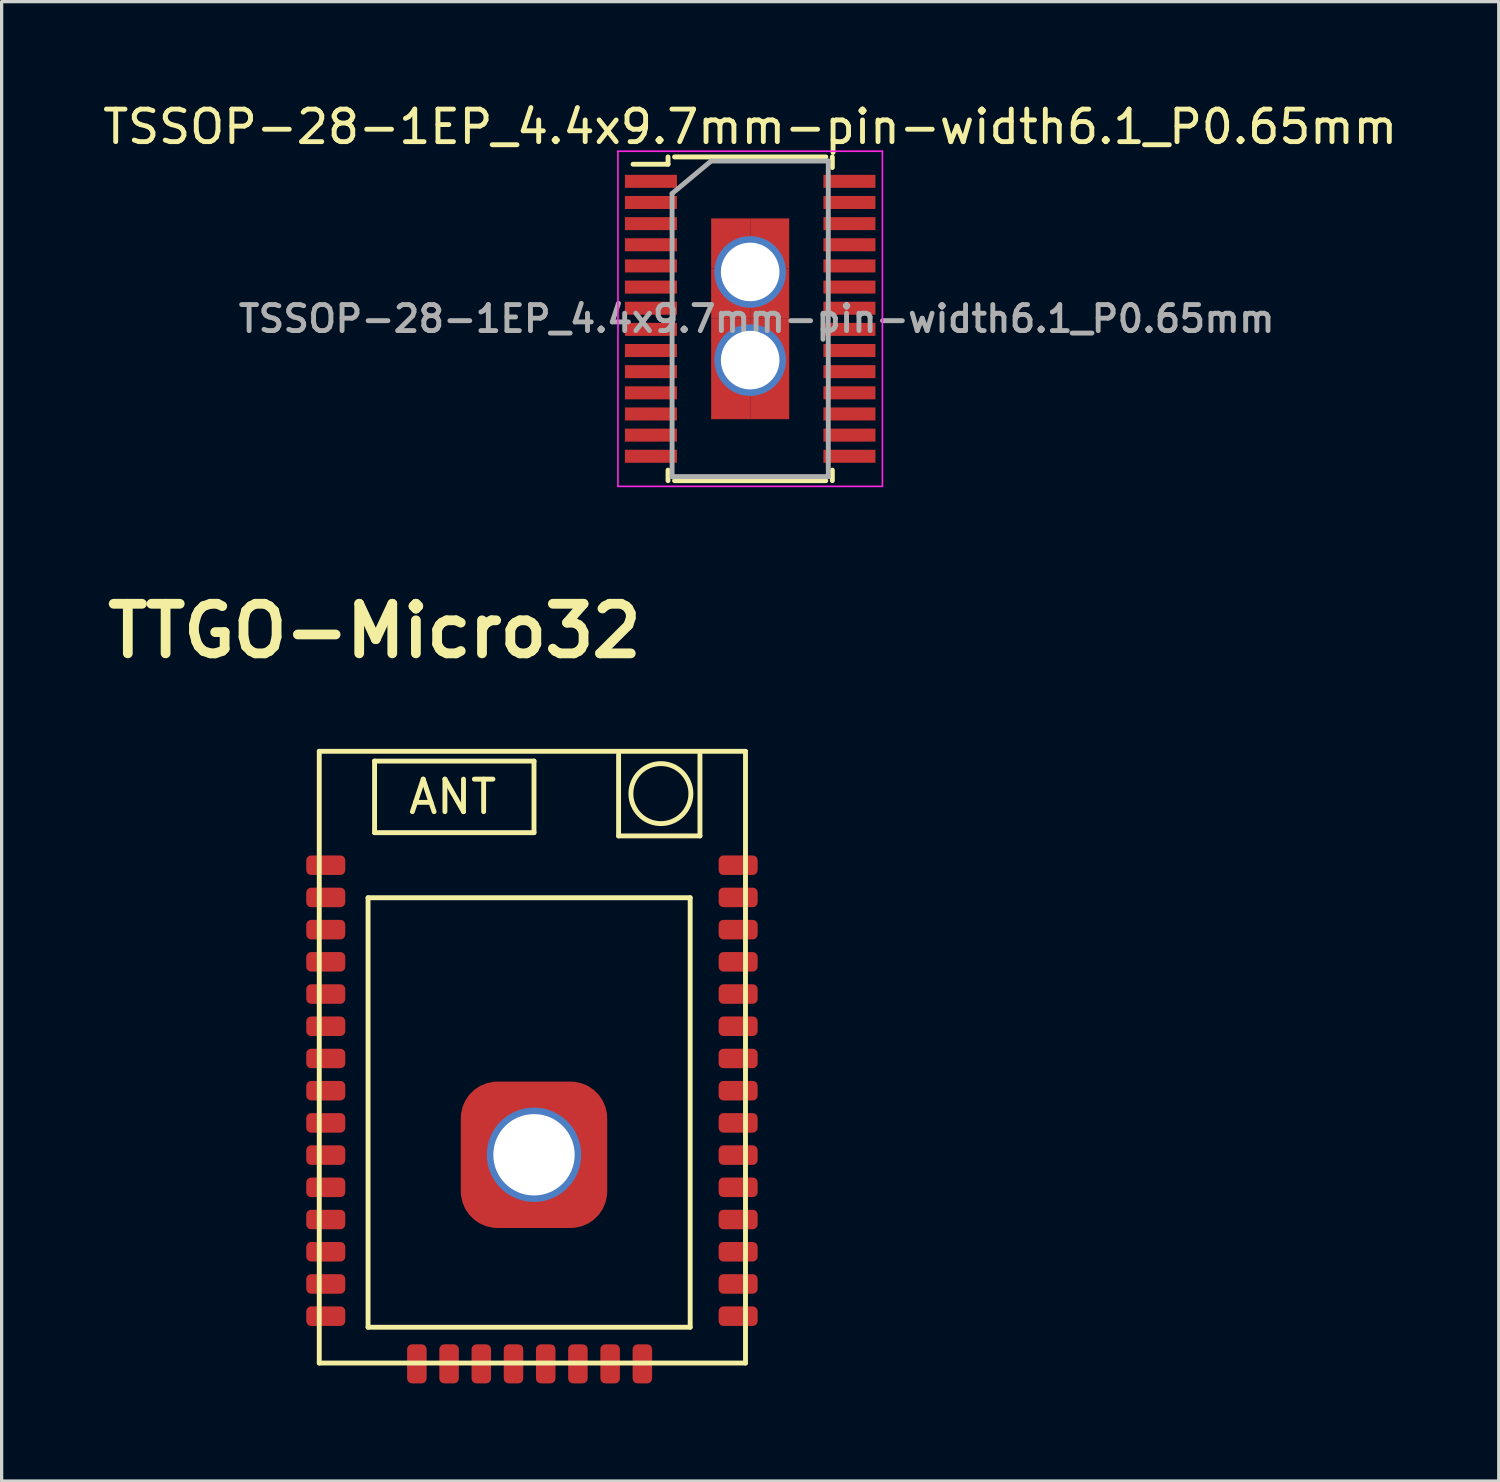
<source format=kicad_pcb>
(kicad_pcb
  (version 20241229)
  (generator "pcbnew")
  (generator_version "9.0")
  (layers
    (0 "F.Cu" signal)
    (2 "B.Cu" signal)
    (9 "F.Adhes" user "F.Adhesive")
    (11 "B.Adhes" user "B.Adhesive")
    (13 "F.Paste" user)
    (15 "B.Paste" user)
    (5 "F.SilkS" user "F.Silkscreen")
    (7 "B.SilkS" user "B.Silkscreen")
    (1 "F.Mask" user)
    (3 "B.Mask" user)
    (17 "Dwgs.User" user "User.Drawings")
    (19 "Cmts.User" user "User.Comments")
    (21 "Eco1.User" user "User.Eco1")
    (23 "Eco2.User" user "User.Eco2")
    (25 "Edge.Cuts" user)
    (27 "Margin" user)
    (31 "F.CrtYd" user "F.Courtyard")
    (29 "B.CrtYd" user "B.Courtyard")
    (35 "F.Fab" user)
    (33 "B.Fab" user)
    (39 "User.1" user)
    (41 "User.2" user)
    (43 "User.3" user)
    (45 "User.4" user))
  (footprint "TSSOP-28-1EP_4.4x9.7mm-pin-width6.1_P0.65mm"
    (layer "F.Cu")
    (at 20.006 6.748)
    (property "Reference" "TSSOP-28-1EP_4.4x9.7mm-pin-width6.1_P0.65mm" (at 0 -5.9 0) (layer "F.SilkS") (effects (font (size 1 1) (thickness 0.15))))
    (attr smd)
    (fp_line (start -2.525 -4.975) (end -2.525 -4.75) (stroke (width 0.15) (type solid)) (layer "F.SilkS"))
    (fp_line (start -2.525 -4.75) (end -3.6 -4.75) (stroke (width 0.15) (type solid)) (layer "F.SilkS"))
    (fp_line (start -2.525 4.975) (end -2.525 4.65) (stroke (width 0.15) (type solid)) (layer "F.SilkS"))
    (fp_line (start -2.325 -4.975) (end 2.325 -4.975) (stroke (width 0.15) (type solid)) (layer "F.SilkS"))
    (fp_line (start -2.325 4.975) (end 2.325 4.975) (stroke (width 0.15) (type solid)) (layer "F.SilkS"))
    (fp_line (start 2.525 -4.975) (end 2.525 -4.65) (stroke (width 0.15) (type solid)) (layer "F.SilkS"))
    (fp_line (start 2.525 4.975) (end 2.525 4.65) (stroke (width 0.15) (type solid)) (layer "F.SilkS"))
    (fp_line (start -4.064 -5.15) (end -4.064 5.15) (stroke (width 0.05) (type solid)) (layer "F.CrtYd"))
    (fp_line (start -4.064 -5.15) (end 4.064 -5.15) (stroke (width 0.05) (type solid)) (layer "F.CrtYd"))
    (fp_line (start -4.064 5.15) (end 4.064 5.15) (stroke (width 0.05) (type solid)) (layer "F.CrtYd"))
    (fp_line (start 4.064 -5.15) (end 4.064 5.15) (stroke (width 0.05) (type solid)) (layer "F.CrtYd"))
    (fp_line (start -2.4 -3.85) (end -1.2 -4.85) (stroke (width 0.15) (type solid)) (layer "F.Fab"))
    (fp_line (start -2.4 4.85) (end -2.4 -3.85) (stroke (width 0.15) (type solid)) (layer "F.Fab"))
    (fp_line (start -1.2 -4.85) (end 2.4 -4.85) (stroke (width 0.15) (type solid)) (layer "F.Fab"))
    (fp_line (start 2.4 -4.85) (end 2.4 4.85) (stroke (width 0.15) (type solid)) (layer "F.Fab"))
    (fp_line (start 2.4 4.85) (end -2.4 4.85) (stroke (width 0.15) (type solid)) (layer "F.Fab"))
    (fp_text user "${REFERENCE}" (at 0.2 0 0) (layer "F.Fab") (effects (font (size 0.8 0.8) (thickness 0.15))))
    (pad "1" smd rect (at -3.05 -4.225) (size 1.6 0.4) (layers "F.Cu" "F.Mask" "F.Paste"))
    (pad "2" smd rect (at -3.05 -3.575) (size 1.6 0.4) (layers "F.Cu" "F.Mask" "F.Paste"))
    (pad "3" smd rect (at -3.05 -2.925) (size 1.6 0.4) (layers "F.Cu" "F.Mask" "F.Paste"))
    (pad "4" smd rect (at -3.05 -2.275) (size 1.6 0.4) (layers "F.Cu" "F.Mask" "F.Paste"))
    (pad "5" smd rect (at -3.05 -1.625) (size 1.6 0.4) (layers "F.Cu" "F.Mask" "F.Paste"))
    (pad "6" smd rect (at -3.05 -0.975) (size 1.6 0.4) (layers "F.Cu" "F.Mask" "F.Paste"))
    (pad "7" smd rect (at -3.05 -0.325) (size 1.6 0.4) (layers "F.Cu" "F.Mask" "F.Paste"))
    (pad "8" smd rect (at -3.05 0.325) (size 1.6 0.4) (layers "F.Cu" "F.Mask" "F.Paste"))
    (pad "9" smd rect (at -3.05 0.975) (size 1.6 0.4) (layers "F.Cu" "F.Mask" "F.Paste"))
    (pad "10" smd rect (at -3.05 1.625) (size 1.6 0.4) (layers "F.Cu" "F.Mask" "F.Paste"))
    (pad "11" smd rect (at -3.05 2.275) (size 1.6 0.4) (layers "F.Cu" "F.Mask" "F.Paste"))
    (pad "12" smd rect (at -3.05 2.925) (size 1.6 0.4) (layers "F.Cu" "F.Mask" "F.Paste"))
    (pad "13" smd rect (at -3.05 3.575) (size 1.6 0.4) (layers "F.Cu" "F.Mask" "F.Paste"))
    (pad "14" smd rect (at -3.05 4.225) (size 1.6 0.4) (layers "F.Cu" "F.Mask" "F.Paste"))
    (pad "15" smd rect (at 3.05 4.225) (size 1.6 0.4) (layers "F.Cu" "F.Mask" "F.Paste"))
    (pad "16" smd rect (at 3.05 3.575) (size 1.6 0.4) (layers "F.Cu" "F.Mask" "F.Paste"))
    (pad "17" smd rect (at 3.05 2.925) (size 1.6 0.4) (layers "F.Cu" "F.Mask" "F.Paste"))
    (pad "18" smd rect (at 3.05 2.275) (size 1.6 0.4) (layers "F.Cu" "F.Mask" "F.Paste"))
    (pad "19" smd rect (at 3.05 1.625) (size 1.6 0.4) (layers "F.Cu" "F.Mask" "F.Paste"))
    (pad "20" smd rect (at 3.05 0.975) (size 1.6 0.4) (layers "F.Cu" "F.Mask" "F.Paste"))
    (pad "21" smd rect (at 3.05 0.325) (size 1.6 0.4) (layers "F.Cu" "F.Mask" "F.Paste"))
    (pad "22" smd rect (at 3.05 -0.325) (size 1.6 0.4) (layers "F.Cu" "F.Mask" "F.Paste"))
    (pad "23" smd rect (at 3.05 -0.975) (size 1.6 0.4) (layers "F.Cu" "F.Mask" "F.Paste"))
    (pad "24" smd rect (at 3.05 -1.625) (size 1.6 0.4) (layers "F.Cu" "F.Mask" "F.Paste"))
    (pad "25" smd rect (at 3.05 -2.275) (size 1.6 0.4) (layers "F.Cu" "F.Mask" "F.Paste"))
    (pad "26" smd rect (at 3.05 -2.925) (size 1.6 0.4) (layers "F.Cu" "F.Mask" "F.Paste"))
    (pad "27" smd rect (at 3.05 -3.575) (size 1.6 0.4) (layers "F.Cu" "F.Mask" "F.Paste"))
    (pad "28" smd rect (at 3.05 -4.225) (size 1.6 0.4) (layers "F.Cu" "F.Mask" "F.Paste"))
    (pad "29" smd rect (at -0.6 -2.314) (size 1.2 1.542) (layers "F.Cu" "F.Mask" "F.Paste"))
    (pad "29" smd rect (at -0.6 -0.771) (size 1.2 1.542) (layers "F.Cu" "F.Mask" "F.Paste"))
    (pad "29" smd rect (at -0.6 0.771) (size 1.2 1.542) (layers "F.Cu" "F.Mask" "F.Paste"))
    (pad "29" smd rect (at -0.6 2.314) (size 1.2 1.542) (layers "F.Cu" "F.Mask" "F.Paste"))
    (pad "29" thru_hole circle (at 0 -1.44) (size 2.2 2.2) (drill 1.8) (layers "*.Cu" "*.Mask"))
    (pad "29" thru_hole circle (at 0 1.27) (size 2.2 2.2) (drill 1.8) (layers "*.Cu" "*.Mask"))
    (pad "29" smd rect (at 0.6 -2.314) (size 1.2 1.542) (layers "F.Cu" "F.Mask" "F.Paste"))
    (pad "29" smd rect (at 0.6 -0.771) (size 1.2 1.542) (layers "F.Cu" "F.Mask" "F.Paste"))
    (pad "29" smd rect (at 0.6 0.771) (size 1.2 1.542) (layers "F.Cu" "F.Mask" "F.Paste"))
    (pad "29" smd rect (at 0.6 2.314) (size 1.2 1.542) (layers "F.Cu" "F.Mask" "F.Paste")))
  (footprint "TTGO-Micro32"
    (layer "F.Cu")
    (at 13.262 29.441)
    (property "Reference" "TTGO-Micro32" (at -4.8 -13.1 0) (layer "F.SilkS") (effects (font (size 1.524 1.524) (thickness 0.3))))
    (attr through_hole)
    (fp_line (start -6.5 -9.4) (end 6.6 -9.4) (stroke (width 0.15) (type solid)) (layer "F.SilkS"))
    (fp_line (start -6.5 9.4) (end -6.5 -9.4) (stroke (width 0.15) (type solid)) (layer "F.SilkS"))
    (fp_line (start -5 -4.9) (end 4.9 -4.9) (stroke (width 0.15) (type solid)) (layer "F.SilkS"))
    (fp_line (start -5 8.3) (end -5 -4.9) (stroke (width 0.15) (type solid)) (layer "F.SilkS"))
    (fp_line (start -4.8 -9.1) (end 0.1 -9.1) (stroke (width 0.15) (type solid)) (layer "F.SilkS"))
    (fp_line (start -4.8 -6.9) (end -4.8 -9.1) (stroke (width 0.15) (type solid)) (layer "F.SilkS"))
    (fp_line (start 0.1 -9.1) (end 0.1 -6.9) (stroke (width 0.15) (type solid)) (layer "F.SilkS"))
    (fp_line (start 0.1 -6.9) (end -4.8 -6.9) (stroke (width 0.15) (type solid)) (layer "F.SilkS"))
    (fp_line (start 2.7 -9.3) (end 2.7 -6.8) (stroke (width 0.15) (type solid)) (layer "F.SilkS"))
    (fp_line (start 2.7 -6.8) (end 5.2 -6.8) (stroke (width 0.15) (type solid)) (layer "F.SilkS"))
    (fp_line (start 4.9 -4.9) (end 4.9 8.3) (stroke (width 0.15) (type solid)) (layer "F.SilkS"))
    (fp_line (start 4.9 8.3) (end -5 8.3) (stroke (width 0.15) (type solid)) (layer "F.SilkS"))
    (fp_line (start 5.2 -6.8) (end 5.2 -9.3) (stroke (width 0.15) (type solid)) (layer "F.SilkS"))
    (fp_line (start 6.6 -9.4) (end 6.6 9.4) (stroke (width 0.15) (type solid)) (layer "F.SilkS"))
    (fp_line (start 6.6 9.4) (end -6.5 9.4) (stroke (width 0.15) (type solid)) (layer "F.SilkS"))
    (fp_circle (center 4 -8.1) (end 4.7 -8.7) (stroke (width 0.15) (type solid)) (fill no) (layer "F.SilkS"))
    (fp_text user "ANT" (at -2.4 -8 0) (layer "F.SilkS") (effects (font (size 1 1) (thickness 0.15))))
    (pad "1" smd roundrect (at -6.3 -5.9) (size 1.2 0.6) (layers "F.Cu" "F.Mask" "F.Paste") (roundrect_rratio 0.25))
    (pad "2" smd roundrect (at -6.3 -4.91) (size 1.2 0.6) (layers "F.Cu" "F.Mask" "F.Paste") (roundrect_rratio 0.25))
    (pad "3" smd roundrect (at -6.3 -3.92) (size 1.2 0.6) (layers "F.Cu" "F.Mask" "F.Paste") (roundrect_rratio 0.25))
    (pad "4" smd roundrect (at -6.3 -2.93) (size 1.2 0.6) (layers "F.Cu" "F.Mask" "F.Paste") (roundrect_rratio 0.25))
    (pad "5" smd roundrect (at -6.3 -1.94) (size 1.2 0.6) (layers "F.Cu" "F.Mask" "F.Paste") (roundrect_rratio 0.25))
    (pad "6" smd roundrect (at -6.3 -0.95) (size 1.2 0.6) (layers "F.Cu" "F.Mask" "F.Paste") (roundrect_rratio 0.25))
    (pad "7" smd roundrect (at -6.3 0.04) (size 1.2 0.6) (layers "F.Cu" "F.Mask" "F.Paste") (roundrect_rratio 0.25))
    (pad "8" smd roundrect (at -6.3 1.03) (size 1.2 0.6) (layers "F.Cu" "F.Mask" "F.Paste") (roundrect_rratio 0.25))
    (pad "9" smd roundrect (at -6.3 2.02) (size 1.2 0.6) (layers "F.Cu" "F.Mask" "F.Paste") (roundrect_rratio 0.25))
    (pad "10" smd roundrect (at -6.3 3.01) (size 1.2 0.6) (layers "F.Cu" "F.Mask" "F.Paste") (roundrect_rratio 0.25))
    (pad "11" smd roundrect (at -6.3 4) (size 1.2 0.6) (layers "F.Cu" "F.Mask" "F.Paste") (roundrect_rratio 0.25))
    (pad "12" smd roundrect (at -6.3 4.99) (size 1.2 0.6) (layers "F.Cu" "F.Mask" "F.Paste") (roundrect_rratio 0.25))
    (pad "13" smd roundrect (at -6.3 5.98) (size 1.2 0.6) (layers "F.Cu" "F.Mask" "F.Paste") (roundrect_rratio 0.25))
    (pad "14" smd roundrect (at -6.3 6.97) (size 1.2 0.6) (layers "F.Cu" "F.Mask" "F.Paste") (roundrect_rratio 0.25))
    (pad "15" smd roundrect (at -6.3 7.96) (size 1.2 0.6) (layers "F.Cu" "F.Mask" "F.Paste") (roundrect_rratio 0.25))
    (pad "16" smd roundrect (at -3.5 9.426 270) (size 1.2 0.6) (layers "F.Cu" "F.Mask" "F.Paste") (roundrect_rratio 0.25))
    (pad "17" smd roundrect (at -2.51 9.426 270) (size 1.2 0.6) (layers "F.Cu" "F.Mask" "F.Paste") (roundrect_rratio 0.25))
    (pad "18" smd roundrect (at -1.52 9.426 270) (size 1.2 0.6) (layers "F.Cu" "F.Mask" "F.Paste") (roundrect_rratio 0.25))
    (pad "19" smd roundrect (at -0.53 9.426 270) (size 1.2 0.6) (layers "F.Cu" "F.Mask" "F.Paste") (roundrect_rratio 0.25))
    (pad "20" smd roundrect (at 0.46 9.426 270) (size 1.2 0.6) (layers "F.Cu" "F.Mask" "F.Paste") (roundrect_rratio 0.25))
    (pad "21" smd roundrect (at 1.45 9.426 270) (size 1.2 0.6) (layers "F.Cu" "F.Mask" "F.Paste") (roundrect_rratio 0.25))
    (pad "22" smd roundrect (at 2.44 9.426 270) (size 1.2 0.6) (layers "F.Cu" "F.Mask" "F.Paste") (roundrect_rratio 0.25))
    (pad "23" smd roundrect (at 3.43 9.426 270) (size 1.2 0.6) (layers "F.Cu" "F.Mask" "F.Paste") (roundrect_rratio 0.25))
    (pad "24" smd roundrect (at 6.374 7.96 180) (size 1.2 0.6) (layers "F.Cu" "F.Mask" "F.Paste") (roundrect_rratio 0.25))
    (pad "25" smd roundrect (at 6.374 6.97 180) (size 1.2 0.6) (layers "F.Cu" "F.Mask" "F.Paste") (roundrect_rratio 0.25))
    (pad "26" smd roundrect (at 6.374 5.98 180) (size 1.2 0.6) (layers "F.Cu" "F.Mask" "F.Paste") (roundrect_rratio 0.25))
    (pad "27" smd roundrect (at 6.374 4.99 180) (size 1.2 0.6) (layers "F.Cu" "F.Mask" "F.Paste") (roundrect_rratio 0.25))
    (pad "28" smd roundrect (at 6.374 4 180) (size 1.2 0.6) (layers "F.Cu" "F.Mask" "F.Paste") (roundrect_rratio 0.25))
    (pad "29" smd roundrect (at 6.374 3.01 180) (size 1.2 0.6) (layers "F.Cu" "F.Mask" "F.Paste") (roundrect_rratio 0.25))
    (pad "30" smd roundrect (at 6.374 2.02 180) (size 1.2 0.6) (layers "F.Cu" "F.Mask" "F.Paste") (roundrect_rratio 0.25))
    (pad "31" smd roundrect (at 6.374 1.03 180) (size 1.2 0.6) (layers "F.Cu" "F.Mask" "F.Paste") (roundrect_rratio 0.25))
    (pad "32" smd roundrect (at 6.374 0.04 180) (size 1.2 0.6) (layers "F.Cu" "F.Mask" "F.Paste") (roundrect_rratio 0.25))
    (pad "33" smd roundrect (at 6.374 -0.95 180) (size 1.2 0.6) (layers "F.Cu" "F.Mask" "F.Paste") (roundrect_rratio 0.25))
    (pad "34" smd roundrect (at 6.374 -1.94 180) (size 1.2 0.6) (layers "F.Cu" "F.Mask" "F.Paste") (roundrect_rratio 0.25))
    (pad "35" smd roundrect (at 6.374 -2.93 180) (size 1.2 0.6) (layers "F.Cu" "F.Mask" "F.Paste") (roundrect_rratio 0.25))
    (pad "36" smd roundrect (at 6.374 -3.92 180) (size 1.2 0.6) (layers "F.Cu" "F.Mask" "F.Paste") (roundrect_rratio 0.25))
    (pad "37" smd roundrect (at 6.374 -4.91 180) (size 1.2 0.6) (layers "F.Cu" "F.Mask" "F.Paste") (roundrect_rratio 0.25))
    (pad "38" smd roundrect (at 6.374 -5.9 180) (size 1.2 0.6) (layers "F.Cu" "F.Mask" "F.Paste") (roundrect_rratio 0.25))
    (pad "39" thru_hole circle (at 0.1 3 270) (size 2.9 2.9) (drill 2.5) (layers "*.Cu" "F.Mask"))
    (pad "39" smd roundrect (at 0.1 3 270) (size 4.5 4.5) (layers "F.Cu" "F.Mask" "F.Paste") (roundrect_rratio 0.25)))
  (gr_rect
    (start -3 -3)
    (end 43.012 42.467)
    (stroke (width 0.1) (type default))
    (fill no)
    (layer "Edge.Cuts")))
</source>
